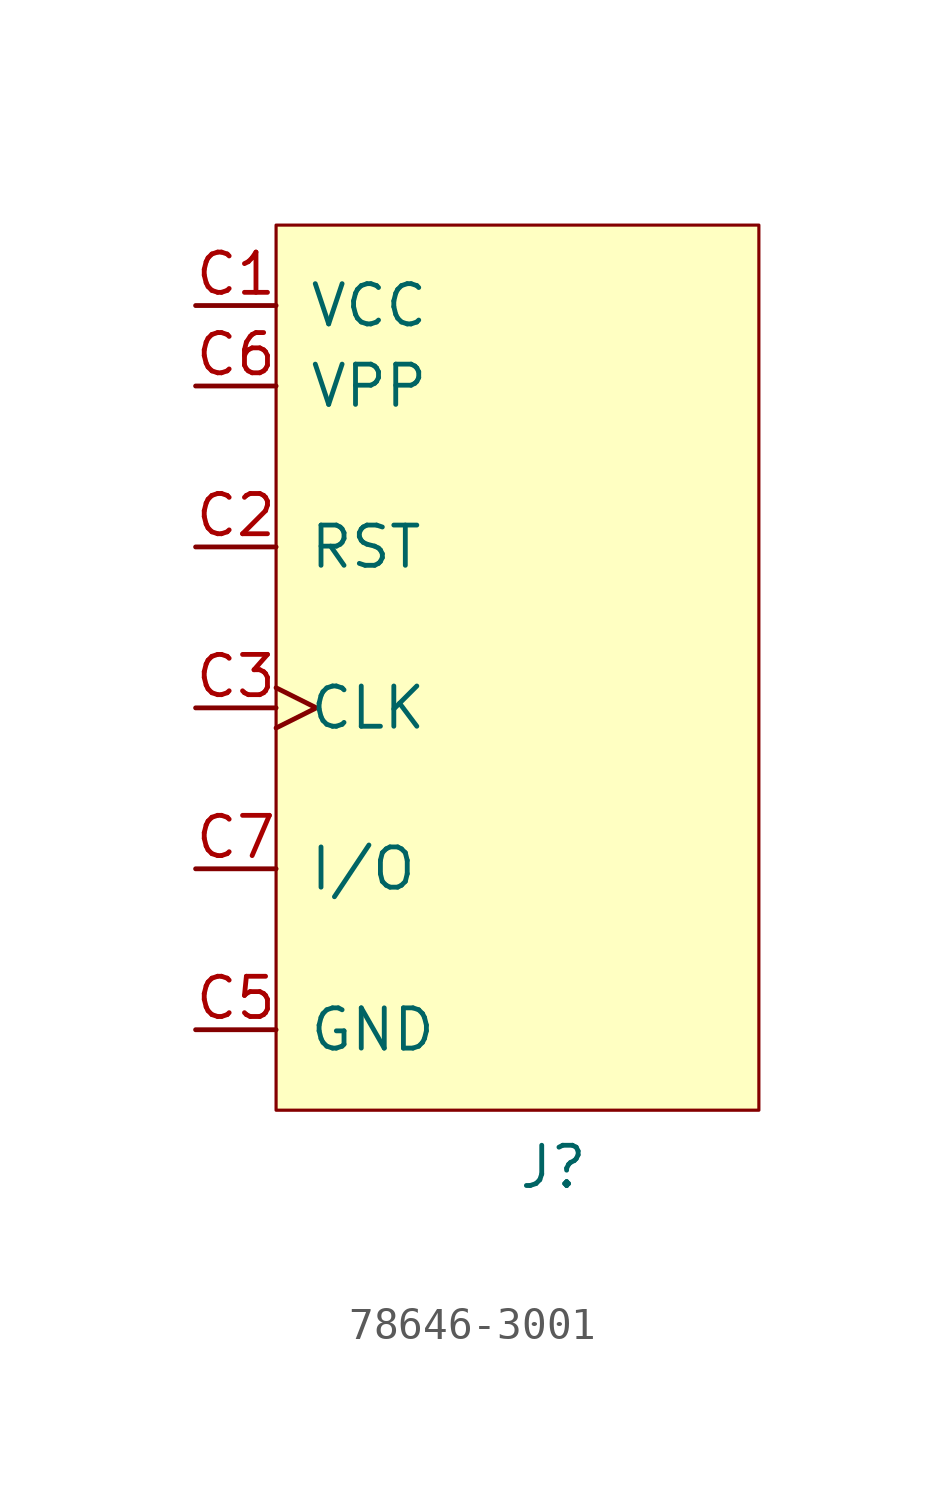
<source format=kicad_sym>
(kicad_symbol_lib
  (version 20211014)
  (generator kicad_symbol_editor)
  (symbol "78646-3001"
    (pin_names
      (offset 1.016))
    (property "Reference" "J"
      (at 0 -17.78 0)
      (effects (font (size 1.27 1.27)) (justify left bottom)))
    (symbol "78646-3001_0_0"
      (rectangle (start -7.62 12.7) (end 7.62 -15.24) (stroke (width 0.1) (type default) (color 0 0 0 0)) (fill (type background)))
      (pin power_in line (at -10.16 10.16 0) (length 2.54) (name "VCC" (effects (font (size 1.27 1.27)))) (number "C1" (effects (font (size 1.27 1.27)))))
      (pin input line (at -10.16 2.54 0) (length 2.54) (name "RST" (effects (font (size 1.27 1.27)))) (number "C2" (effects (font (size 1.27 1.27)))))
      (pin input clock (at -10.16 -2.54 0) (length 2.54) (name "CLK" (effects (font (size 1.27 1.27)))) (number "C3" (effects (font (size 1.27 1.27)))))
      (pin power_in line (at -10.16 -12.7 0) (length 2.54) (name "GND" (effects (font (size 1.27 1.27)))) (number "C5" (effects (font (size 1.27 1.27)))))
      (pin power_in line (at -10.16 7.62 0) (length 2.54) (name "VPP" (effects (font (size 1.27 1.27)))) (number "C6" (effects (font (size 1.27 1.27)))))
      (pin bidirectional line (at -10.16 -7.62 0) (length 2.54) (name "I/O" (effects (font (size 1.27 1.27)))) (number "C7" (effects (font (size 1.27 1.27)))))
      (pin power_in line (at -10.16 -12.7 0) (length 2.54) hide (name "GND" (effects (font (size 1.27 1.27)))) (number "G1" (effects (font (size 1.27 1.27)))))
      (pin power_in line (at -10.16 -12.7 0) (length 2.54) hide (name "GND" (effects (font (size 1.27 1.27)))) (number "G2" (effects (font (size 1.27 1.27)))))
      (pin power_in line (at -10.16 -12.7 0) (length 2.54) hide (name "GND" (effects (font (size 1.27 1.27)))) (number "G3" (effects (font (size 1.27 1.27)))))
      (pin power_in line (at -10.16 -12.7 0) (length 2.54) hide (name "GND" (effects (font (size 1.27 1.27)))) (number "G4" (effects (font (size 1.27 1.27)))))
      (pin power_in line (at -10.16 -12.7 0) (length 2.54) hide (name "GND" (effects (font (size 1.27 1.27)))) (number "G5" (effects (font (size 1.27 1.27)))))
      (pin power_in line (at -10.16 -12.7 0) (length 2.54) hide (name "GND" (effects (font (size 1.27 1.27)))) (number "G6" (effects (font (size 1.27 1.27))))))))
</source>
